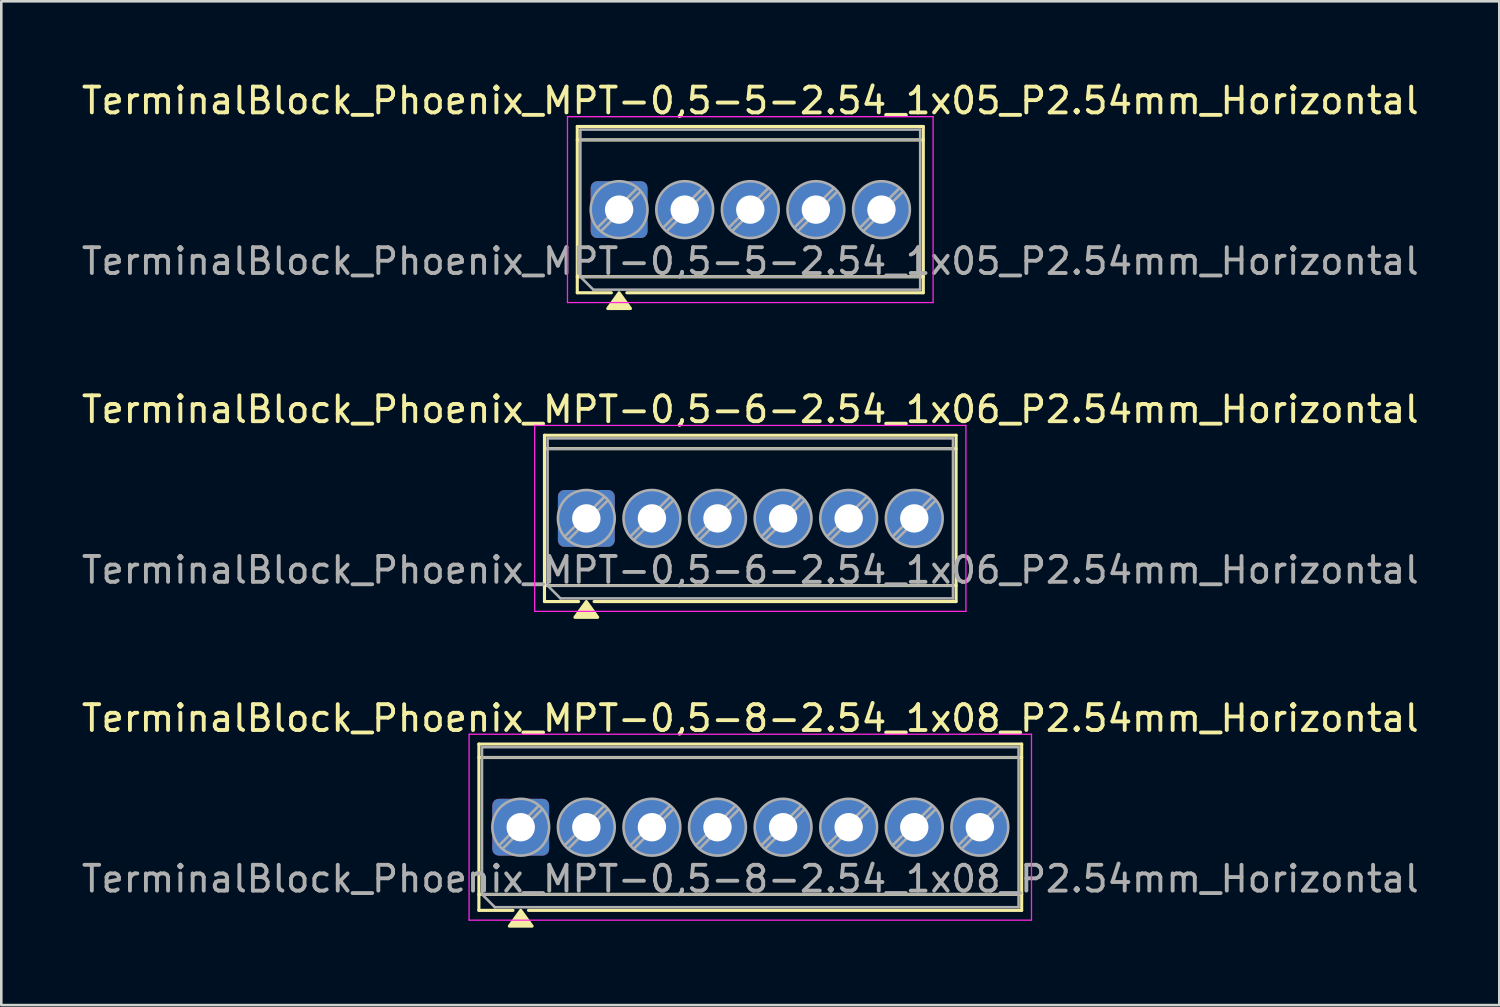
<source format=kicad_pcb>
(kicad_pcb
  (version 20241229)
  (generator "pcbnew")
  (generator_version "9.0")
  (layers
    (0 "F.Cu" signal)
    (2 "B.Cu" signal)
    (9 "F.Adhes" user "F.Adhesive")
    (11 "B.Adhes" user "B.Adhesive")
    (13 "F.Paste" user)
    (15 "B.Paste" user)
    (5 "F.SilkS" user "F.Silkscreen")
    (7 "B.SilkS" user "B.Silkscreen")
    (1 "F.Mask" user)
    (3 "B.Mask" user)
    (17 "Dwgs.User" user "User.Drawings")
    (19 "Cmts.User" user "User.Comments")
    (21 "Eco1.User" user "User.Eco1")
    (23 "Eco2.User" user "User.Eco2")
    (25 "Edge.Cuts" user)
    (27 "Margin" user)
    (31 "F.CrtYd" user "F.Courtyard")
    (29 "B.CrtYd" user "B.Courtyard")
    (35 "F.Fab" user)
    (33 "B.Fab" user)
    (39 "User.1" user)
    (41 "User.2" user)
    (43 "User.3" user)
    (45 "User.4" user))
  (footprint "TerminalBlock_Phoenix_MPT-0,5-6-2.54_1x06_P2.54mm_Horizontal"
    (layer "F.Cu")
    (at 19.656 17.026)
    (property "Reference" "TerminalBlock_Phoenix_MPT-0,5-6-2.54_1x06_P2.54mm_Horizontal" (at 6.35 -4.22 0) (layer "F.SilkS") (effects (font (size 1 1) (thickness 0.15))))
    (attr through_hole)
    (fp_line (start -1.62 -3.22) (end -1.62 3.22) (stroke (width 0.12) (type solid)) (layer "F.SilkS"))
    (fp_line (start -1.62 -3.22) (end 14.32 -3.22) (stroke (width 0.12) (type solid)) (layer "F.SilkS"))
    (fp_line (start -1.62 -2.7) (end 14.32 -2.7) (stroke (width 0.12) (type solid)) (layer "F.SilkS"))
    (fp_line (start -1.62 2.6) (end 14.32 2.6) (stroke (width 0.12) (type solid)) (layer "F.SilkS"))
    (fp_line (start -1.62 3.22) (end -0.3 3.22) (stroke (width 0.12) (type solid)) (layer "F.SilkS"))
    (fp_line (start 0.3 3.22) (end 14.32 3.22) (stroke (width 0.12) (type solid)) (layer "F.SilkS"))
    (fp_line (start 14.32 -3.22) (end 14.32 3.22) (stroke (width 0.12) (type solid)) (layer "F.SilkS"))
    (fp_poly (pts (xy 0 3.22) (xy 0.44 3.83) (xy -0.44 3.83)) (stroke (width 0.12) (type solid)) (fill yes) (layer "F.SilkS"))
    (fp_line (start -2 -3.6) (end -2 3.6) (stroke (width 0.05) (type solid)) (layer "F.CrtYd"))
    (fp_line (start -2 3.6) (end 14.7 3.6) (stroke (width 0.05) (type solid)) (layer "F.CrtYd"))
    (fp_line (start 14.7 -3.6) (end -2 -3.6) (stroke (width 0.05) (type solid)) (layer "F.CrtYd"))
    (fp_line (start 14.7 3.6) (end 14.7 -3.6) (stroke (width 0.05) (type solid)) (layer "F.CrtYd"))
    (fp_line (start -1.5 -3.1) (end 14.2 -3.1) (stroke (width 0.1) (type solid)) (layer "F.Fab"))
    (fp_line (start -1.5 -2.7) (end 14.2 -2.7) (stroke (width 0.1) (type solid)) (layer "F.Fab"))
    (fp_line (start -1.5 2.6) (end -1.5 -3.1) (stroke (width 0.1) (type solid)) (layer "F.Fab"))
    (fp_line (start -1.5 2.6) (end 14.2 2.6) (stroke (width 0.1) (type solid)) (layer "F.Fab"))
    (fp_line (start -1 3.1) (end -1.5 2.6) (stroke (width 0.1) (type solid)) (layer "F.Fab"))
    (fp_line (start 0.7 -0.834) (end -0.834 0.7) (stroke (width 0.1) (type solid)) (layer "F.Fab"))
    (fp_line (start 0.834 -0.7) (end -0.7 0.834) (stroke (width 0.1) (type solid)) (layer "F.Fab"))
    (fp_line (start 3.24 -0.834) (end 1.706 0.7) (stroke (width 0.1) (type solid)) (layer "F.Fab"))
    (fp_line (start 3.374 -0.7) (end 1.84 0.834) (stroke (width 0.1) (type solid)) (layer "F.Fab"))
    (fp_line (start 5.78 -0.834) (end 4.246 0.7) (stroke (width 0.1) (type solid)) (layer "F.Fab"))
    (fp_line (start 5.914 -0.7) (end 4.38 0.834) (stroke (width 0.1) (type solid)) (layer "F.Fab"))
    (fp_line (start 8.32 -0.834) (end 6.786 0.7) (stroke (width 0.1) (type solid)) (layer "F.Fab"))
    (fp_line (start 8.454 -0.7) (end 6.92 0.834) (stroke (width 0.1) (type solid)) (layer "F.Fab"))
    (fp_line (start 10.86 -0.834) (end 9.326 0.7) (stroke (width 0.1) (type solid)) (layer "F.Fab"))
    (fp_line (start 10.994 -0.7) (end 9.46 0.834) (stroke (width 0.1) (type solid)) (layer "F.Fab"))
    (fp_line (start 13.4 -0.834) (end 11.866 0.7) (stroke (width 0.1) (type solid)) (layer "F.Fab"))
    (fp_line (start 13.534 -0.7) (end 12 0.834) (stroke (width 0.1) (type solid)) (layer "F.Fab"))
    (fp_line (start 14.2 -3.1) (end 14.2 3.1) (stroke (width 0.1) (type solid)) (layer "F.Fab"))
    (fp_line (start 14.2 3.1) (end -1 3.1) (stroke (width 0.1) (type solid)) (layer "F.Fab"))
    (fp_circle (center 0 0) (end 1.1 0) (stroke (width 0.1) (type solid)) (fill no) (layer "F.Fab"))
    (fp_circle (center 2.54 0) (end 3.64 0) (stroke (width 0.1) (type solid)) (fill no) (layer "F.Fab"))
    (fp_circle (center 5.08 0) (end 6.18 0) (stroke (width 0.1) (type solid)) (fill no) (layer "F.Fab"))
    (fp_circle (center 7.62 0) (end 8.72 0) (stroke (width 0.1) (type solid)) (fill no) (layer "F.Fab"))
    (fp_circle (center 10.16 0) (end 11.26 0) (stroke (width 0.1) (type solid)) (fill no) (layer "F.Fab"))
    (fp_circle (center 12.7 0) (end 13.8 0) (stroke (width 0.1) (type solid)) (fill no) (layer "F.Fab"))
    (fp_text user "${REFERENCE}" (at 6.35 2 0) (layer "F.Fab") (effects (font (size 1 1) (thickness 0.15))))
    (pad "1" thru_hole roundrect (at 0 0) (size 2.2 2.2) (drill 1.1) (layers "*.Cu" "*.Mask") (roundrect_rratio 0.114))
    (pad "2" thru_hole circle (at 2.54 0) (size 2.2 2.2) (drill 1.1) (layers "*.Cu" "*.Mask"))
    (pad "3" thru_hole circle (at 5.08 0) (size 2.2 2.2) (drill 1.1) (layers "*.Cu" "*.Mask"))
    (pad "4" thru_hole circle (at 7.62 0) (size 2.2 2.2) (drill 1.1) (layers "*.Cu" "*.Mask"))
    (pad "5" thru_hole circle (at 10.16 0) (size 2.2 2.2) (drill 1.1) (layers "*.Cu" "*.Mask"))
    (pad "6" thru_hole circle (at 12.7 0) (size 2.2 2.2) (drill 1.1) (layers "*.Cu" "*.Mask")))
  (footprint "TerminalBlock_Phoenix_MPT-0,5-5-2.54_1x05_P2.54mm_Horizontal"
    (layer "F.Cu")
    (at 20.926 5.068)
    (property "Reference" "TerminalBlock_Phoenix_MPT-0,5-5-2.54_1x05_P2.54mm_Horizontal" (at 5.08 -4.22 0) (layer "F.SilkS") (effects (font (size 1 1) (thickness 0.15))))
    (attr through_hole)
    (fp_line (start -1.62 -3.22) (end -1.62 3.22) (stroke (width 0.12) (type solid)) (layer "F.SilkS"))
    (fp_line (start -1.62 -3.22) (end 11.78 -3.22) (stroke (width 0.12) (type solid)) (layer "F.SilkS"))
    (fp_line (start -1.62 -2.7) (end 11.78 -2.7) (stroke (width 0.12) (type solid)) (layer "F.SilkS"))
    (fp_line (start -1.62 2.6) (end 11.78 2.6) (stroke (width 0.12) (type solid)) (layer "F.SilkS"))
    (fp_line (start -1.62 3.22) (end -0.3 3.22) (stroke (width 0.12) (type solid)) (layer "F.SilkS"))
    (fp_line (start 0.3 3.22) (end 11.78 3.22) (stroke (width 0.12) (type solid)) (layer "F.SilkS"))
    (fp_line (start 11.78 -3.22) (end 11.78 3.22) (stroke (width 0.12) (type solid)) (layer "F.SilkS"))
    (fp_poly (pts (xy 0 3.22) (xy 0.44 3.83) (xy -0.44 3.83)) (stroke (width 0.12) (type solid)) (fill yes) (layer "F.SilkS"))
    (fp_line (start -2 -3.6) (end -2 3.6) (stroke (width 0.05) (type solid)) (layer "F.CrtYd"))
    (fp_line (start -2 3.6) (end 12.16 3.6) (stroke (width 0.05) (type solid)) (layer "F.CrtYd"))
    (fp_line (start 12.16 -3.6) (end -2 -3.6) (stroke (width 0.05) (type solid)) (layer "F.CrtYd"))
    (fp_line (start 12.16 3.6) (end 12.16 -3.6) (stroke (width 0.05) (type solid)) (layer "F.CrtYd"))
    (fp_line (start -1.5 -3.1) (end 11.66 -3.1) (stroke (width 0.1) (type solid)) (layer "F.Fab"))
    (fp_line (start -1.5 -2.7) (end 11.66 -2.7) (stroke (width 0.1) (type solid)) (layer "F.Fab"))
    (fp_line (start -1.5 2.6) (end -1.5 -3.1) (stroke (width 0.1) (type solid)) (layer "F.Fab"))
    (fp_line (start -1.5 2.6) (end 11.66 2.6) (stroke (width 0.1) (type solid)) (layer "F.Fab"))
    (fp_line (start -1 3.1) (end -1.5 2.6) (stroke (width 0.1) (type solid)) (layer "F.Fab"))
    (fp_line (start 0.7 -0.834) (end -0.834 0.7) (stroke (width 0.1) (type solid)) (layer "F.Fab"))
    (fp_line (start 0.834 -0.7) (end -0.7 0.834) (stroke (width 0.1) (type solid)) (layer "F.Fab"))
    (fp_line (start 3.24 -0.834) (end 1.706 0.7) (stroke (width 0.1) (type solid)) (layer "F.Fab"))
    (fp_line (start 3.374 -0.7) (end 1.84 0.834) (stroke (width 0.1) (type solid)) (layer "F.Fab"))
    (fp_line (start 5.78 -0.834) (end 4.246 0.7) (stroke (width 0.1) (type solid)) (layer "F.Fab"))
    (fp_line (start 5.914 -0.7) (end 4.38 0.834) (stroke (width 0.1) (type solid)) (layer "F.Fab"))
    (fp_line (start 8.32 -0.834) (end 6.786 0.7) (stroke (width 0.1) (type solid)) (layer "F.Fab"))
    (fp_line (start 8.454 -0.7) (end 6.92 0.834) (stroke (width 0.1) (type solid)) (layer "F.Fab"))
    (fp_line (start 10.86 -0.834) (end 9.326 0.7) (stroke (width 0.1) (type solid)) (layer "F.Fab"))
    (fp_line (start 10.994 -0.7) (end 9.46 0.834) (stroke (width 0.1) (type solid)) (layer "F.Fab"))
    (fp_line (start 11.66 -3.1) (end 11.66 3.1) (stroke (width 0.1) (type solid)) (layer "F.Fab"))
    (fp_line (start 11.66 3.1) (end -1 3.1) (stroke (width 0.1) (type solid)) (layer "F.Fab"))
    (fp_circle (center 0 0) (end 1.1 0) (stroke (width 0.1) (type solid)) (fill no) (layer "F.Fab"))
    (fp_circle (center 2.54 0) (end 3.64 0) (stroke (width 0.1) (type solid)) (fill no) (layer "F.Fab"))
    (fp_circle (center 5.08 0) (end 6.18 0) (stroke (width 0.1) (type solid)) (fill no) (layer "F.Fab"))
    (fp_circle (center 7.62 0) (end 8.72 0) (stroke (width 0.1) (type solid)) (fill no) (layer "F.Fab"))
    (fp_circle (center 10.16 0) (end 11.26 0) (stroke (width 0.1) (type solid)) (fill no) (layer "F.Fab"))
    (fp_text user "${REFERENCE}" (at 5.08 2 0) (layer "F.Fab") (effects (font (size 1 1) (thickness 0.15))))
    (pad "1" thru_hole roundrect (at 0 0) (size 2.2 2.2) (drill 1.1) (layers "*.Cu" "*.Mask") (roundrect_rratio 0.114))
    (pad "2" thru_hole circle (at 2.54 0) (size 2.2 2.2) (drill 1.1) (layers "*.Cu" "*.Mask"))
    (pad "3" thru_hole circle (at 5.08 0) (size 2.2 2.2) (drill 1.1) (layers "*.Cu" "*.Mask"))
    (pad "4" thru_hole circle (at 7.62 0) (size 2.2 2.2) (drill 1.1) (layers "*.Cu" "*.Mask"))
    (pad "5" thru_hole circle (at 10.16 0) (size 2.2 2.2) (drill 1.1) (layers "*.Cu" "*.Mask")))
  (footprint "TerminalBlock_Phoenix_MPT-0,5-8-2.54_1x08_P2.54mm_Horizontal"
    (layer "F.Cu")
    (at 17.116 28.985)
    (property "Reference" "TerminalBlock_Phoenix_MPT-0,5-8-2.54_1x08_P2.54mm_Horizontal" (at 8.89 -4.22 0) (layer "F.SilkS") (effects (font (size 1 1) (thickness 0.15))))
    (attr through_hole)
    (fp_line (start -1.62 -3.22) (end -1.62 3.22) (stroke (width 0.12) (type solid)) (layer "F.SilkS"))
    (fp_line (start -1.62 -3.22) (end 19.4 -3.22) (stroke (width 0.12) (type solid)) (layer "F.SilkS"))
    (fp_line (start -1.62 -2.7) (end 19.4 -2.7) (stroke (width 0.12) (type solid)) (layer "F.SilkS"))
    (fp_line (start -1.62 2.6) (end 19.4 2.6) (stroke (width 0.12) (type solid)) (layer "F.SilkS"))
    (fp_line (start -1.62 3.22) (end -0.3 3.22) (stroke (width 0.12) (type solid)) (layer "F.SilkS"))
    (fp_line (start 0.3 3.22) (end 19.4 3.22) (stroke (width 0.12) (type solid)) (layer "F.SilkS"))
    (fp_line (start 19.4 -3.22) (end 19.4 3.22) (stroke (width 0.12) (type solid)) (layer "F.SilkS"))
    (fp_poly (pts (xy 0 3.22) (xy 0.44 3.83) (xy -0.44 3.83)) (stroke (width 0.12) (type solid)) (fill yes) (layer "F.SilkS"))
    (fp_line (start -2 -3.6) (end -2 3.6) (stroke (width 0.05) (type solid)) (layer "F.CrtYd"))
    (fp_line (start -2 3.6) (end 19.78 3.6) (stroke (width 0.05) (type solid)) (layer "F.CrtYd"))
    (fp_line (start 19.78 -3.6) (end -2 -3.6) (stroke (width 0.05) (type solid)) (layer "F.CrtYd"))
    (fp_line (start 19.78 3.6) (end 19.78 -3.6) (stroke (width 0.05) (type solid)) (layer "F.CrtYd"))
    (fp_line (start -1.5 -3.1) (end 19.28 -3.1) (stroke (width 0.1) (type solid)) (layer "F.Fab"))
    (fp_line (start -1.5 -2.7) (end 19.28 -2.7) (stroke (width 0.1) (type solid)) (layer "F.Fab"))
    (fp_line (start -1.5 2.6) (end -1.5 -3.1) (stroke (width 0.1) (type solid)) (layer "F.Fab"))
    (fp_line (start -1.5 2.6) (end 19.28 2.6) (stroke (width 0.1) (type solid)) (layer "F.Fab"))
    (fp_line (start -1 3.1) (end -1.5 2.6) (stroke (width 0.1) (type solid)) (layer "F.Fab"))
    (fp_line (start 0.7 -0.834) (end -0.834 0.7) (stroke (width 0.1) (type solid)) (layer "F.Fab"))
    (fp_line (start 0.834 -0.7) (end -0.7 0.834) (stroke (width 0.1) (type solid)) (layer "F.Fab"))
    (fp_line (start 3.24 -0.834) (end 1.706 0.7) (stroke (width 0.1) (type solid)) (layer "F.Fab"))
    (fp_line (start 3.374 -0.7) (end 1.84 0.834) (stroke (width 0.1) (type solid)) (layer "F.Fab"))
    (fp_line (start 5.78 -0.834) (end 4.246 0.7) (stroke (width 0.1) (type solid)) (layer "F.Fab"))
    (fp_line (start 5.914 -0.7) (end 4.38 0.834) (stroke (width 0.1) (type solid)) (layer "F.Fab"))
    (fp_line (start 8.32 -0.834) (end 6.786 0.7) (stroke (width 0.1) (type solid)) (layer "F.Fab"))
    (fp_line (start 8.454 -0.7) (end 6.92 0.834) (stroke (width 0.1) (type solid)) (layer "F.Fab"))
    (fp_line (start 10.86 -0.834) (end 9.326 0.7) (stroke (width 0.1) (type solid)) (layer "F.Fab"))
    (fp_line (start 10.994 -0.7) (end 9.46 0.834) (stroke (width 0.1) (type solid)) (layer "F.Fab"))
    (fp_line (start 13.4 -0.834) (end 11.866 0.7) (stroke (width 0.1) (type solid)) (layer "F.Fab"))
    (fp_line (start 13.534 -0.7) (end 12 0.834) (stroke (width 0.1) (type solid)) (layer "F.Fab"))
    (fp_line (start 15.94 -0.834) (end 14.406 0.7) (stroke (width 0.1) (type solid)) (layer "F.Fab"))
    (fp_line (start 16.074 -0.7) (end 14.54 0.834) (stroke (width 0.1) (type solid)) (layer "F.Fab"))
    (fp_line (start 18.48 -0.834) (end 16.946 0.7) (stroke (width 0.1) (type solid)) (layer "F.Fab"))
    (fp_line (start 18.614 -0.7) (end 17.08 0.834) (stroke (width 0.1) (type solid)) (layer "F.Fab"))
    (fp_line (start 19.28 -3.1) (end 19.28 3.1) (stroke (width 0.1) (type solid)) (layer "F.Fab"))
    (fp_line (start 19.28 3.1) (end -1 3.1) (stroke (width 0.1) (type solid)) (layer "F.Fab"))
    (fp_circle (center 0 0) (end 1.1 0) (stroke (width 0.1) (type solid)) (fill no) (layer "F.Fab"))
    (fp_circle (center 2.54 0) (end 3.64 0) (stroke (width 0.1) (type solid)) (fill no) (layer "F.Fab"))
    (fp_circle (center 5.08 0) (end 6.18 0) (stroke (width 0.1) (type solid)) (fill no) (layer "F.Fab"))
    (fp_circle (center 7.62 0) (end 8.72 0) (stroke (width 0.1) (type solid)) (fill no) (layer "F.Fab"))
    (fp_circle (center 10.16 0) (end 11.26 0) (stroke (width 0.1) (type solid)) (fill no) (layer "F.Fab"))
    (fp_circle (center 12.7 0) (end 13.8 0) (stroke (width 0.1) (type solid)) (fill no) (layer "F.Fab"))
    (fp_circle (center 15.24 0) (end 16.34 0) (stroke (width 0.1) (type solid)) (fill no) (layer "F.Fab"))
    (fp_circle (center 17.78 0) (end 18.88 0) (stroke (width 0.1) (type solid)) (fill no) (layer "F.Fab"))
    (fp_text user "${REFERENCE}" (at 8.89 2 0) (layer "F.Fab") (effects (font (size 1 1) (thickness 0.15))))
    (pad "1" thru_hole roundrect (at 0 0) (size 2.2 2.2) (drill 1.1) (layers "*.Cu" "*.Mask") (roundrect_rratio 0.114))
    (pad "2" thru_hole circle (at 2.54 0) (size 2.2 2.2) (drill 1.1) (layers "*.Cu" "*.Mask"))
    (pad "3" thru_hole circle (at 5.08 0) (size 2.2 2.2) (drill 1.1) (layers "*.Cu" "*.Mask"))
    (pad "4" thru_hole circle (at 7.62 0) (size 2.2 2.2) (drill 1.1) (layers "*.Cu" "*.Mask"))
    (pad "5" thru_hole circle (at 10.16 0) (size 2.2 2.2) (drill 1.1) (layers "*.Cu" "*.Mask"))
    (pad "6" thru_hole circle (at 12.7 0) (size 2.2 2.2) (drill 1.1) (layers "*.Cu" "*.Mask"))
    (pad "7" thru_hole circle (at 15.24 0) (size 2.2 2.2) (drill 1.1) (layers "*.Cu" "*.Mask"))
    (pad "8" thru_hole circle (at 17.78 0) (size 2.2 2.2) (drill 1.1) (layers "*.Cu" "*.Mask")))
  (gr_rect
    (start -3 -3)
    (end 55.012 35.875)
    (stroke (width 0.1) (type default))
    (fill no)
    (layer "Edge.Cuts")))
</source>
